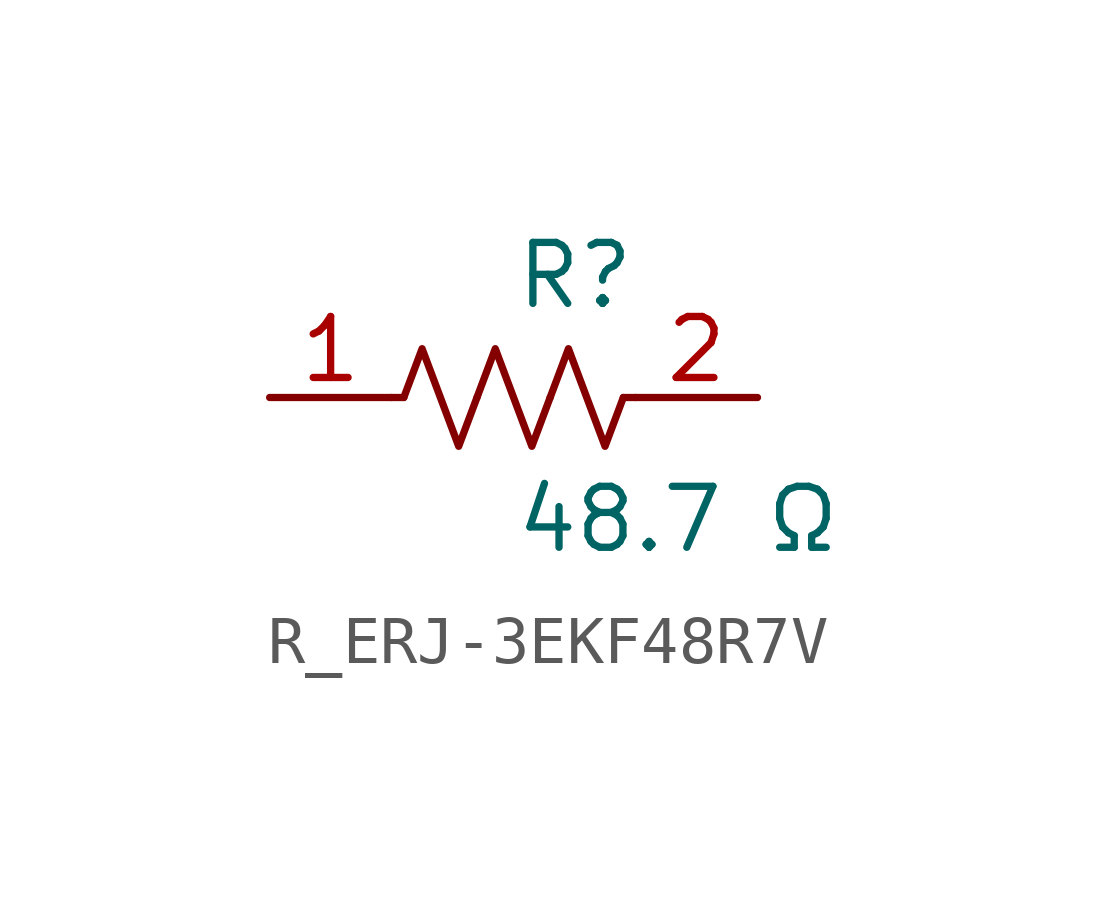
<source format=kicad_sym>
(kicad_symbol_lib
  (version 20231120)
  (generator "kicad_symbol_editor")
  (generator_version "8.0")
  (symbol "R_ERJ-3EKF48R7V"
    (pin_names
      (offset 0.254))
    (property "Reference" "R"
      (at 0 2.54 0)
      (effects (font (size 1.27 1.27)) (justify left)))
    (property "Value" "48.7 Ω"
      (at 0 -2.54 0)
      (effects (font (size 1.27 1.27)) (justify left)))
    (symbol "R_ERJ-3EKF48R7V_0_1"
      (polyline (pts (xy 2.286 0) (xy 2.54 0)) (stroke (width 0) (type default)) (fill (type none)))
      (polyline (pts (xy -2.286 0) (xy -2.54 0)) (stroke (width 0) (type default)) (fill (type none)))
      (polyline (pts (xy 0.762 0) (xy 1.143 1.016) (xy 1.524 0) (xy 1.905 -1.016) (xy 2.286 0)) (stroke (width 0) (type default)) (fill (type none)))
      (polyline (pts (xy -0.762 0) (xy -0.381 1.016) (xy 0 0) (xy 0.381 -1.016) (xy 0.762 0)) (stroke (width 0) (type default)) (fill (type none)))
      (polyline (pts (xy -2.286 0) (xy -1.905 1.016) (xy -1.524 0) (xy -1.143 -1.016) (xy -0.762 0)) (stroke (width 0) (type default)) (fill (type none))))
    (pin unspecified line
      (at -5.08 0 0)
      (length 2.54)
      (name "" (effects (font (size 1.27 1.27))))
      (number "1" (effects (font (size 1.27 1.27)))))
    (pin unspecified line
      (at 5.08 0 180)
      (length 2.54)
      (name "" (effects (font (size 1.27 1.27))))
      (number "2" (effects (font (size 1.27 1.27)))))))
</source>
